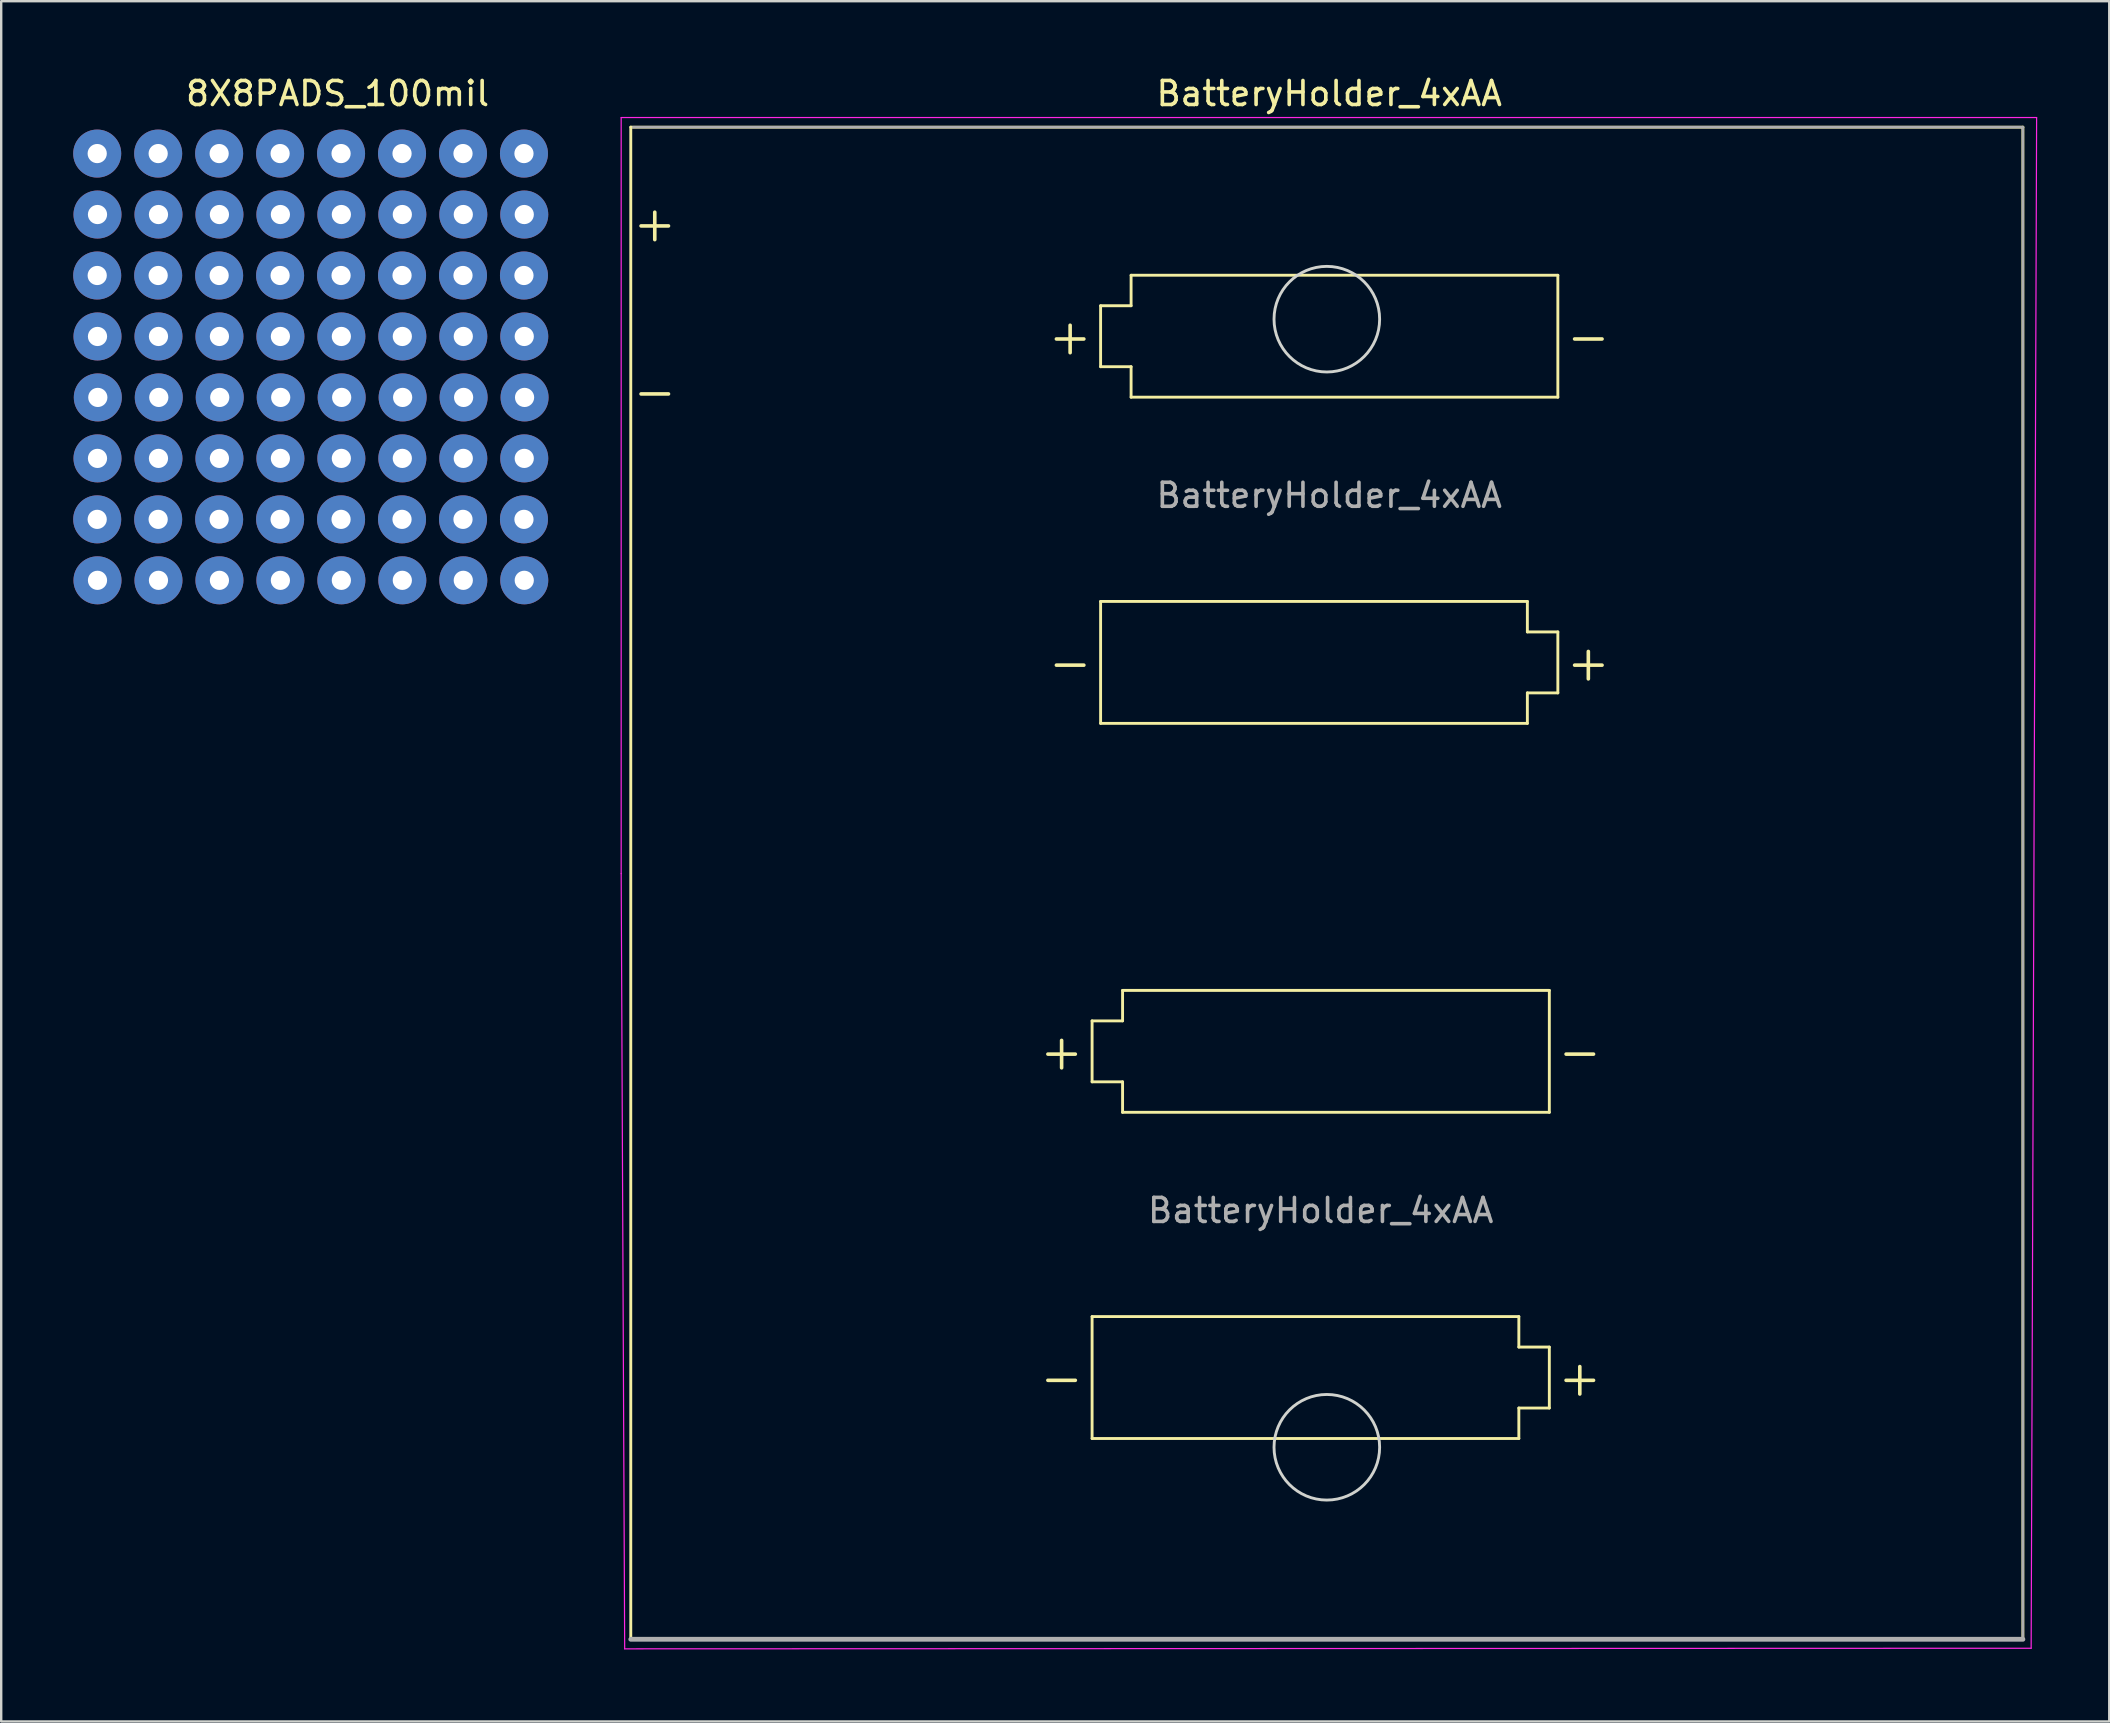
<source format=kicad_pcb>
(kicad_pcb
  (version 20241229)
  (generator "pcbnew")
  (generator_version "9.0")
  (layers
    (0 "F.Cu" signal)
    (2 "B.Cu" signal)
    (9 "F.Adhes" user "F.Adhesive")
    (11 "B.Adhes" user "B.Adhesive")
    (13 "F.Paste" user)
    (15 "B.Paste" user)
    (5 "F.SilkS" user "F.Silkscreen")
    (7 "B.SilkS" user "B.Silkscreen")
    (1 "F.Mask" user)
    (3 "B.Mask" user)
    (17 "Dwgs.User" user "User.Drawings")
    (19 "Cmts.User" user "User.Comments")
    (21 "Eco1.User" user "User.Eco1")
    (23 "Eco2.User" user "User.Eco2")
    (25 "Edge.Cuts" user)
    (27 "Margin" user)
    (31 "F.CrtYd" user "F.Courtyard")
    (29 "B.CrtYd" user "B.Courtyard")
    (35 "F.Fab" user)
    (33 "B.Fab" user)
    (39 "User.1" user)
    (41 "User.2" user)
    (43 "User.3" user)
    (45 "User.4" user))
  (footprint "BatteryHolder_4xAA"
    (layer "F.Cu")
    (at 23.23 2.248)
    (property "Reference" "BatteryHolder_4xAA" (at 29.1 -1.4 0) (layer "F.SilkS") (effects (font (size 1 1) (thickness 0.15))))
    (attr through_hole)
    (fp_line (start 0 0) (end 0 63) (stroke (width 0.12) (type solid)) (layer "F.SilkS"))
    (fp_line (start 19.22 37.235) (end 20.49 37.235) (stroke (width 0.12) (type solid)) (layer "F.SilkS"))
    (fp_line (start 19.22 39.775) (end 19.22 37.235) (stroke (width 0.12) (type solid)) (layer "F.SilkS"))
    (fp_line (start 19.22 49.555) (end 19.22 54.635) (stroke (width 0.12) (type solid)) (layer "F.SilkS"))
    (fp_line (start 19.22 54.635) (end 37 54.635) (stroke (width 0.12) (type solid)) (layer "F.SilkS"))
    (fp_line (start 19.575 7.44) (end 20.845 7.44) (stroke (width 0.12) (type solid)) (layer "F.SilkS"))
    (fp_line (start 19.575 9.98) (end 19.575 7.44) (stroke (width 0.12) (type solid)) (layer "F.SilkS"))
    (fp_line (start 19.575 19.76) (end 19.575 24.84) (stroke (width 0.12) (type solid)) (layer "F.SilkS"))
    (fp_line (start 19.575 24.84) (end 37.355 24.84) (stroke (width 0.12) (type solid)) (layer "F.SilkS"))
    (fp_line (start 20.49 35.965) (end 38.27 35.965) (stroke (width 0.12) (type solid)) (layer "F.SilkS"))
    (fp_line (start 20.49 37.235) (end 20.49 35.965) (stroke (width 0.12) (type solid)) (layer "F.SilkS"))
    (fp_line (start 20.49 39.775) (end 19.22 39.775) (stroke (width 0.12) (type solid)) (layer "F.SilkS"))
    (fp_line (start 20.49 41.045) (end 20.49 39.775) (stroke (width 0.12) (type solid)) (layer "F.SilkS"))
    (fp_line (start 20.845 6.17) (end 38.625 6.17) (stroke (width 0.12) (type solid)) (layer "F.SilkS"))
    (fp_line (start 20.845 7.44) (end 20.845 6.17) (stroke (width 0.12) (type solid)) (layer "F.SilkS"))
    (fp_line (start 20.845 9.98) (end 19.575 9.98) (stroke (width 0.12) (type solid)) (layer "F.SilkS"))
    (fp_line (start 20.845 11.25) (end 20.845 9.98) (stroke (width 0.12) (type solid)) (layer "F.SilkS"))
    (fp_line (start 37 49.555) (end 19.22 49.555) (stroke (width 0.12) (type solid)) (layer "F.SilkS"))
    (fp_line (start 37 50.825) (end 37 49.555) (stroke (width 0.12) (type solid)) (layer "F.SilkS"))
    (fp_line (start 37 53.365) (end 38.27 53.365) (stroke (width 0.12) (type solid)) (layer "F.SilkS"))
    (fp_line (start 37 54.635) (end 37 53.365) (stroke (width 0.12) (type solid)) (layer "F.SilkS"))
    (fp_line (start 37.355 19.76) (end 19.575 19.76) (stroke (width 0.12) (type solid)) (layer "F.SilkS"))
    (fp_line (start 37.355 21.03) (end 37.355 19.76) (stroke (width 0.12) (type solid)) (layer "F.SilkS"))
    (fp_line (start 37.355 23.57) (end 38.625 23.57) (stroke (width 0.12) (type solid)) (layer "F.SilkS"))
    (fp_line (start 37.355 24.84) (end 37.355 23.57) (stroke (width 0.12) (type solid)) (layer "F.SilkS"))
    (fp_line (start 38.27 35.965) (end 38.27 41.045) (stroke (width 0.12) (type solid)) (layer "F.SilkS"))
    (fp_line (start 38.27 41.045) (end 20.49 41.045) (stroke (width 0.12) (type solid)) (layer "F.SilkS"))
    (fp_line (start 38.27 50.825) (end 37 50.825) (stroke (width 0.12) (type solid)) (layer "F.SilkS"))
    (fp_line (start 38.27 53.365) (end 38.27 50.825) (stroke (width 0.12) (type solid)) (layer "F.SilkS"))
    (fp_line (start 38.625 6.17) (end 38.625 11.25) (stroke (width 0.12) (type solid)) (layer "F.SilkS"))
    (fp_line (start 38.625 11.25) (end 20.845 11.25) (stroke (width 0.12) (type solid)) (layer "F.SilkS"))
    (fp_line (start 38.625 21.03) (end 37.355 21.03) (stroke (width 0.12) (type solid)) (layer "F.SilkS"))
    (fp_line (start 38.625 23.57) (end 38.625 21.03) (stroke (width 0.12) (type solid)) (layer "F.SilkS"))
    (fp_line (start 58 0) (end 0 0) (stroke (width 0.12) (type solid)) (layer "F.SilkS"))
    (fp_line (start 58 63) (end 0 63) (stroke (width 0.12) (type solid)) (layer "F.SilkS"))
    (fp_line (start 58 63) (end 58 0) (stroke (width 0.12) (type solid)) (layer "F.SilkS"))
    (fp_circle (center 29 8) (end 31.2 8) (stroke (width 0.12) (type solid)) (fill no) (layer "Edge.Cuts"))
    (fp_circle (center 29 55) (end 31.2 55) (stroke (width 0.12) (type solid)) (fill no) (layer "Edge.Cuts"))
    (fp_line (start -0.4 -0.4) (end -0.4 31.1) (stroke (width 0.05) (type solid)) (layer "F.CrtYd"))
    (fp_line (start -0.4 31.1) (end -0.254 63.398) (stroke (width 0.05) (type solid)) (layer "F.CrtYd"))
    (fp_line (start -0.254 63.398) (end 58.344 63.373) (stroke (width 0.05) (type solid)) (layer "F.CrtYd"))
    (fp_line (start 58.344 63.373) (end 58.572 -0.4) (stroke (width 0.05) (type solid)) (layer "F.CrtYd"))
    (fp_line (start 58.572 -0.4) (end -0.4 -0.4) (stroke (width 0.05) (type solid)) (layer "F.CrtYd"))
    (fp_line (start 0 63) (end 58 63) (stroke (width 0.2) (type solid)) (layer "F.Fab"))
    (fp_line (start 58 0) (end 0.1 0) (stroke (width 0.1) (type solid)) (layer "F.Fab"))
    (fp_line (start 58 63) (end 58 0) (stroke (width 0.1) (type solid)) (layer "F.Fab"))
    (fp_text user "+" (at 1 4 0) (layer "F.SilkS") (effects (font (size 1.5 1.5) (thickness 0.15))))
    (fp_text user "-" (at 1 11 0) (layer "F.SilkS") (effects (font (size 1.5 1.5) (thickness 0.15))))
    (fp_text user "-" (at 17.95 52.095 0) (layer "F.SilkS") (effects (font (size 1.5 1.5) (thickness 0.15))))
    (fp_text user "-" (at 39.895 8.71 0) (layer "F.SilkS") (effects (font (size 1.5 1.5) (thickness 0.15))))
    (fp_text user "+" (at 17.95 38.505 0) (layer "F.SilkS") (effects (font (size 1.5 1.5) (thickness 0.15))))
    (fp_text user "-" (at 39.54 38.505 0) (layer "F.SilkS") (effects (font (size 1.5 1.5) (thickness 0.15))))
    (fp_text user "+" (at 39.895 22.3 0) (layer "F.SilkS") (effects (font (size 1.5 1.5) (thickness 0.15))))
    (fp_text user "-" (at 18.305 22.3 0) (layer "F.SilkS") (effects (font (size 1.5 1.5) (thickness 0.15))))
    (fp_text user "+" (at 39.54 52.095 0) (layer "F.SilkS") (effects (font (size 1.5 1.5) (thickness 0.15))))
    (fp_text user "+" (at 18.305 8.71 0) (layer "F.SilkS") (effects (font (size 1.5 1.5) (thickness 0.15))))
    (fp_text user "${REFERENCE}" (at 28.745 45.135 0) (layer "F.Fab") (effects (font (size 1 1) (thickness 0.15))))
    (fp_text user "${REFERENCE}" (at 29.1 15.34 0) (layer "F.Fab") (effects (font (size 1 1) (thickness 0.15)))))
  (footprint "8X8PADS_100mil"
    (layer "F.Cu")
    (at 11.02 12.213)
    (property "Reference" "8X8PADS_100mil" (at -0.006 -11.365 0) (layer "F.SilkS") (effects (font (size 1 1) (thickness 0.15))))
    (attr through_hole)
    (pad "1" thru_hole oval (at -10.008 8.915) (size 2 2) (drill 0.8) (layers "*.Cu" "*.Mask"))
    (pad "2" thru_hole oval (at -10.02 6.375) (size 2 2) (drill 0.8) (layers "*.Cu" "*.Mask"))
    (pad "3" thru_hole oval (at -10.008 3.835) (size 2 2) (drill 0.8) (layers "*.Cu" "*.Mask"))
    (pad "4" thru_hole oval (at -9.995 1.295) (size 2 2) (drill 0.8) (layers "*.Cu" "*.Mask"))
    (pad "5" thru_hole oval (at -10.008 -1.245) (size 2 2) (drill 0.8) (layers "*.Cu" "*.Mask"))
    (pad "6" thru_hole oval (at -10.02 -3.785) (size 2 2) (drill 0.8) (layers "*.Cu" "*.Mask"))
    (pad "7" thru_hole oval (at -10.008 -6.325) (size 2 2) (drill 0.8) (layers "*.Cu" "*.Mask"))
    (pad "8" thru_hole oval (at -10.02 -8.865) (size 2 2) (drill 0.8) (layers "*.Cu" "*.Mask"))
    (pad "9" thru_hole oval (at -7.468 8.915) (size 2 2) (drill 0.8) (layers "*.Cu" "*.Mask"))
    (pad "10" thru_hole oval (at -7.48 6.375) (size 2 2) (drill 0.8) (layers "*.Cu" "*.Mask"))
    (pad "11" thru_hole oval (at -7.468 3.835) (size 2 2) (drill 0.8) (layers "*.Cu" "*.Mask"))
    (pad "12" thru_hole oval (at -7.455 1.295) (size 2 2) (drill 0.8) (layers "*.Cu" "*.Mask"))
    (pad "13" thru_hole oval (at -7.468 -1.245) (size 2 2) (drill 0.8) (layers "*.Cu" "*.Mask"))
    (pad "14" thru_hole oval (at -7.48 -3.785) (size 2 2) (drill 0.8) (layers "*.Cu" "*.Mask"))
    (pad "15" thru_hole oval (at -7.468 -6.325) (size 2 2) (drill 0.8) (layers "*.Cu" "*.Mask"))
    (pad "16" thru_hole oval (at -7.48 -8.865) (size 2 2) (drill 0.8) (layers "*.Cu" "*.Mask"))
    (pad "17" thru_hole oval (at -4.928 8.915) (size 2 2) (drill 0.8) (layers "*.Cu" "*.Mask"))
    (pad "18" thru_hole oval (at -4.94 6.375) (size 2 2) (drill 0.8) (layers "*.Cu" "*.Mask"))
    (pad "19" thru_hole oval (at -4.928 3.835) (size 2 2) (drill 0.8) (layers "*.Cu" "*.Mask"))
    (pad "20" thru_hole oval (at -4.915 1.295) (size 2 2) (drill 0.8) (layers "*.Cu" "*.Mask"))
    (pad "21" thru_hole oval (at -4.928 -1.245) (size 2 2) (drill 0.8) (layers "*.Cu" "*.Mask"))
    (pad "22" thru_hole oval (at -4.94 -3.785) (size 2 2) (drill 0.8) (layers "*.Cu" "*.Mask"))
    (pad "23" thru_hole oval (at -4.928 -6.325) (size 2 2) (drill 0.8) (layers "*.Cu" "*.Mask"))
    (pad "24" thru_hole oval (at -4.94 -8.865) (size 2 2) (drill 0.8) (layers "*.Cu" "*.Mask"))
    (pad "25" thru_hole oval (at -2.388 8.915) (size 2 2) (drill 0.8) (layers "*.Cu" "*.Mask"))
    (pad "26" thru_hole oval (at -2.4 6.375) (size 2 2) (drill 0.8) (layers "*.Cu" "*.Mask"))
    (pad "27" thru_hole oval (at -2.388 3.835) (size 2 2) (drill 0.8) (layers "*.Cu" "*.Mask"))
    (pad "28" thru_hole oval (at -2.375 1.295) (size 2 2) (drill 0.8) (layers "*.Cu" "*.Mask"))
    (pad "29" thru_hole oval (at -2.388 -1.245) (size 2 2) (drill 0.8) (layers "*.Cu" "*.Mask"))
    (pad "30" thru_hole oval (at -2.4 -3.785) (size 2 2) (drill 0.8) (layers "*.Cu" "*.Mask"))
    (pad "31" thru_hole oval (at -2.388 -6.325) (size 2 2) (drill 0.8) (layers "*.Cu" "*.Mask"))
    (pad "32" thru_hole oval (at -2.4 -8.865) (size 2 2) (drill 0.8) (layers "*.Cu" "*.Mask"))
    (pad "33" thru_hole oval (at 0.152 8.915) (size 2 2) (drill 0.8) (layers "*.Cu" "*.Mask"))
    (pad "34" thru_hole oval (at 0.14 6.375) (size 2 2) (drill 0.8) (layers "*.Cu" "*.Mask"))
    (pad "35" thru_hole oval (at 0.152 3.835) (size 2 2) (drill 0.8) (layers "*.Cu" "*.Mask"))
    (pad "36" thru_hole oval (at 0.165 1.295) (size 2 2) (drill 0.8) (layers "*.Cu" "*.Mask"))
    (pad "37" thru_hole oval (at 0.152 -1.245) (size 2 2) (drill 0.8) (layers "*.Cu" "*.Mask"))
    (pad "38" thru_hole oval (at 0.14 -3.785) (size 2 2) (drill 0.8) (layers "*.Cu" "*.Mask"))
    (pad "39" thru_hole oval (at 0.152 -6.325) (size 2 2) (drill 0.8) (layers "*.Cu" "*.Mask"))
    (pad "40" thru_hole oval (at 0.14 -8.865) (size 2 2) (drill 0.8) (layers "*.Cu" "*.Mask"))
    (pad "41" thru_hole oval (at 2.692 8.915) (size 2 2) (drill 0.8) (layers "*.Cu" "*.Mask"))
    (pad "42" thru_hole oval (at 2.68 6.375) (size 2 2) (drill 0.8) (layers "*.Cu" "*.Mask"))
    (pad "43" thru_hole oval (at 2.692 3.835) (size 2 2) (drill 0.8) (layers "*.Cu" "*.Mask"))
    (pad "44" thru_hole oval (at 2.705 1.295) (size 2 2) (drill 0.8) (layers "*.Cu" "*.Mask"))
    (pad "45" thru_hole oval (at 2.692 -1.245) (size 2 2) (drill 0.8) (layers "*.Cu" "*.Mask"))
    (pad "46" thru_hole oval (at 2.68 -3.785) (size 2 2) (drill 0.8) (layers "*.Cu" "*.Mask"))
    (pad "47" thru_hole oval (at 2.692 -6.325) (size 2 2) (drill 0.8) (layers "*.Cu" "*.Mask"))
    (pad "48" thru_hole oval (at 2.68 -8.865) (size 2 2) (drill 0.8) (layers "*.Cu" "*.Mask"))
    (pad "49" thru_hole oval (at 5.232 8.915) (size 2 2) (drill 0.8) (layers "*.Cu" "*.Mask"))
    (pad "50" thru_hole oval (at 5.22 6.375) (size 2 2) (drill 0.8) (layers "*.Cu" "*.Mask"))
    (pad "51" thru_hole oval (at 5.232 3.835) (size 2 2) (drill 0.8) (layers "*.Cu" "*.Mask"))
    (pad "52" thru_hole oval (at 5.245 1.295) (size 2 2) (drill 0.8) (layers "*.Cu" "*.Mask"))
    (pad "53" thru_hole oval (at 5.232 -1.245) (size 2 2) (drill 0.8) (layers "*.Cu" "*.Mask"))
    (pad "54" thru_hole oval (at 5.22 -3.785) (size 2 2) (drill 0.8) (layers "*.Cu" "*.Mask"))
    (pad "55" thru_hole oval (at 5.232 -6.325) (size 2 2) (drill 0.8) (layers "*.Cu" "*.Mask"))
    (pad "56" thru_hole oval (at 5.22 -8.865) (size 2 2) (drill 0.8) (layers "*.Cu" "*.Mask"))
    (pad "57" thru_hole oval (at 7.772 8.915) (size 2 2) (drill 0.8) (layers "*.Cu" "*.Mask"))
    (pad "58" thru_hole oval (at 7.76 6.375) (size 2 2) (drill 0.8) (layers "*.Cu" "*.Mask"))
    (pad "59" thru_hole oval (at 7.772 3.835) (size 2 2) (drill 0.8) (layers "*.Cu" "*.Mask"))
    (pad "60" thru_hole oval (at 7.785 1.295) (size 2 2) (drill 0.8) (layers "*.Cu" "*.Mask"))
    (pad "61" thru_hole oval (at 7.772 -1.245) (size 2 2) (drill 0.8) (layers "*.Cu" "*.Mask"))
    (pad "62" thru_hole oval (at 7.76 -3.785) (size 2 2) (drill 0.8) (layers "*.Cu" "*.Mask"))
    (pad "63" thru_hole oval (at 7.772 -6.325) (size 2 2) (drill 0.8) (layers "*.Cu" "*.Mask"))
    (pad "64" thru_hole oval (at 7.76 -8.865) (size 2 2) (drill 0.8) (layers "*.Cu" "*.Mask")))
  (gr_rect
    (start -3 -3)
    (end 84.828 68.672)
    (stroke (width 0.1) (type default))
    (fill no)
    (layer "Edge.Cuts")))
</source>
